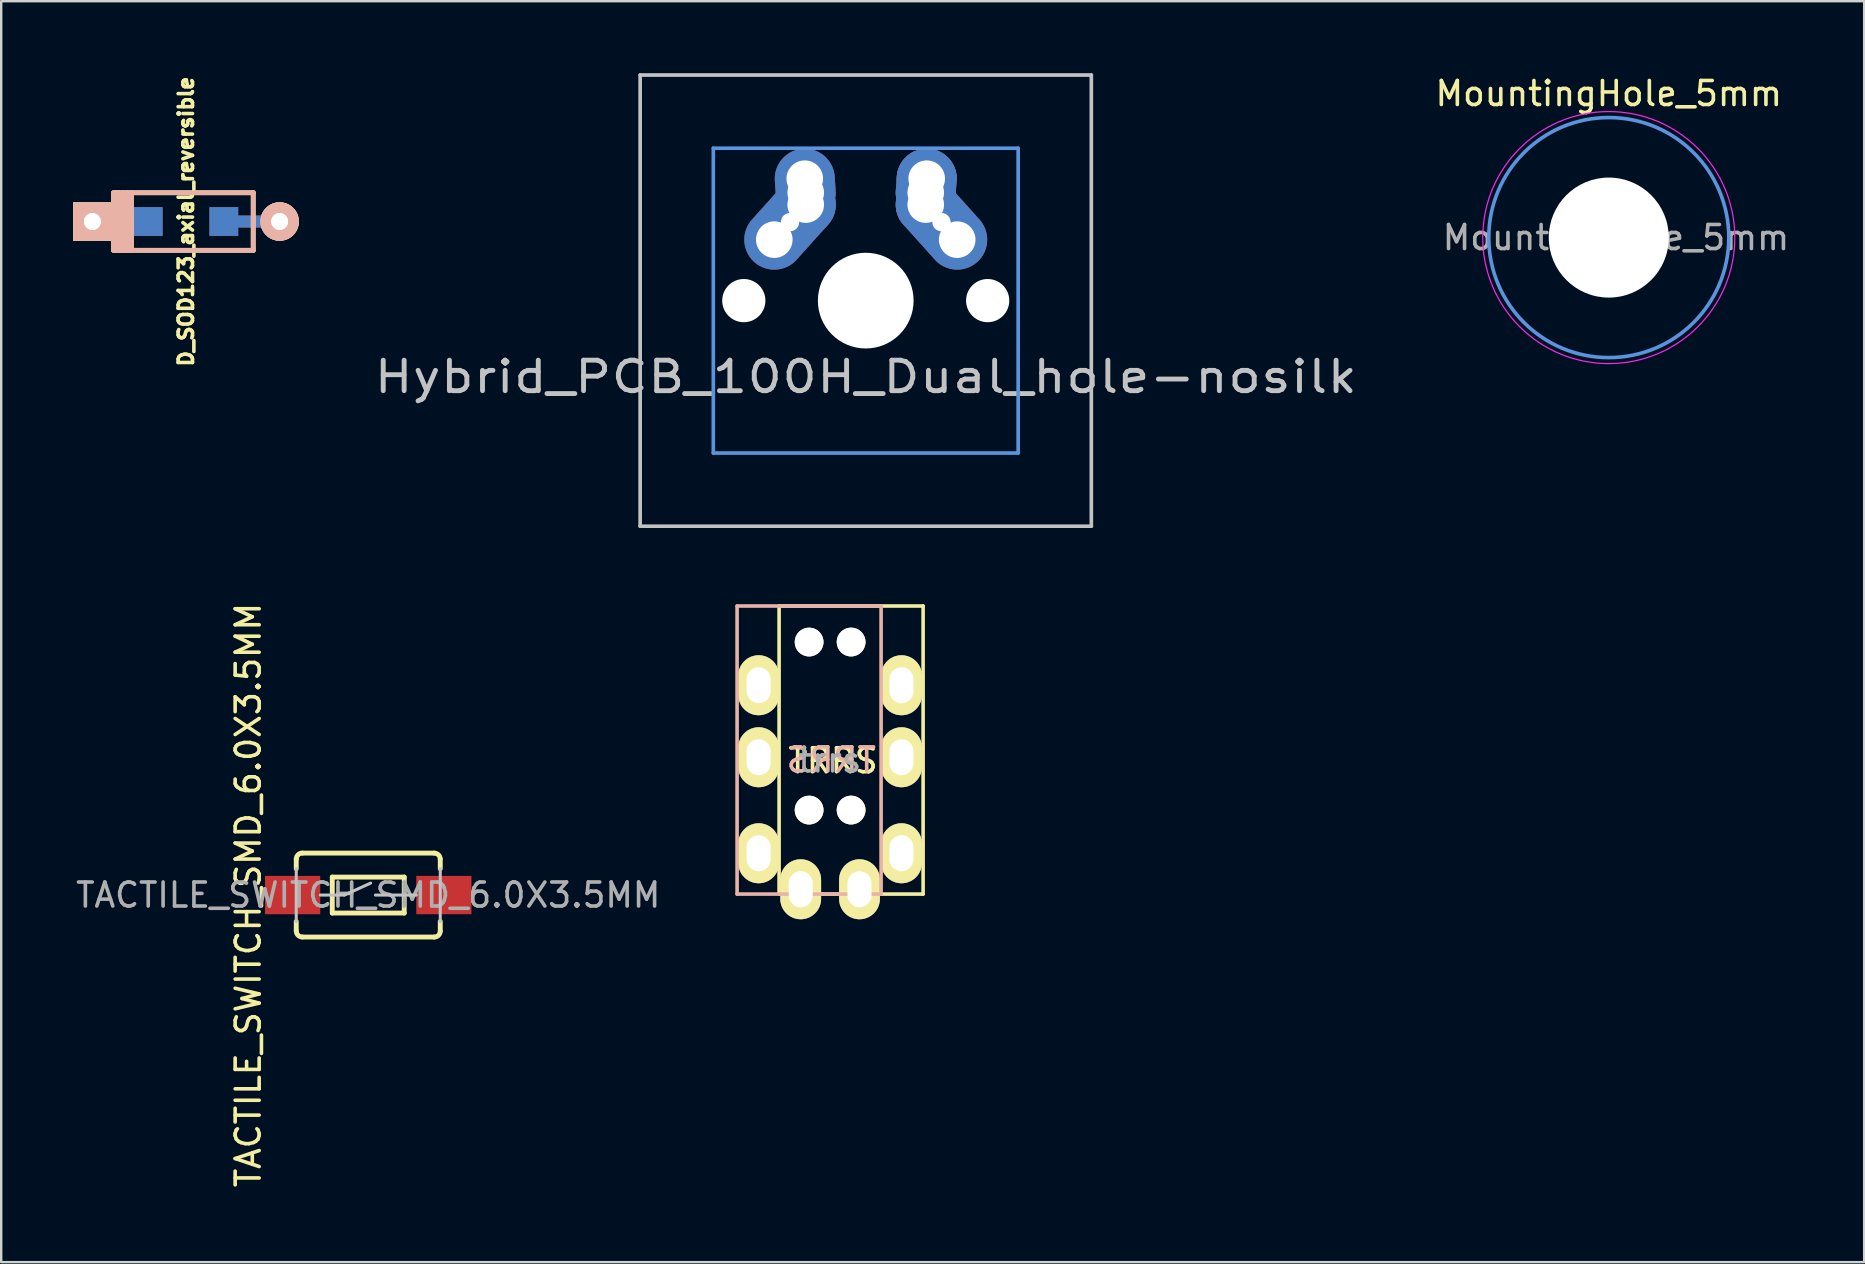
<source format=kicad_pcb>
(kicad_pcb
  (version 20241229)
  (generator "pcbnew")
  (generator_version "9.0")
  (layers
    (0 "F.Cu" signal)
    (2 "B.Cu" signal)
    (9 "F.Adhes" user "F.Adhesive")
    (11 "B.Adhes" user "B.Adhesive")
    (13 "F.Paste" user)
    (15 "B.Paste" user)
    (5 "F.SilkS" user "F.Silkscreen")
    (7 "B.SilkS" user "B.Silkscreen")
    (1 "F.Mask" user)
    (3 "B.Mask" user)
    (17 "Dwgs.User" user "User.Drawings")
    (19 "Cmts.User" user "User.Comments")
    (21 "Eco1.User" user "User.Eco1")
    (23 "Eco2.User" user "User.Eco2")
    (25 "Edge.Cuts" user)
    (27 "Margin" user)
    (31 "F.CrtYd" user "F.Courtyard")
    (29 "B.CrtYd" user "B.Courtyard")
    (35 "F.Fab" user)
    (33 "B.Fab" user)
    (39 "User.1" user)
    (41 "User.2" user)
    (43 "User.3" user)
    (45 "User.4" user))
  (footprint "TACTILE_SWITCH_SMD_6.0X3.5MM"
    (layer "F.Cu")
    (at 12.292 34.24)
    (property "Reference" "TACTILE_SWITCH_SMD_6.0X3.5MM" (at -5 0 90) (layer "F.SilkS") (effects (font (size 1 1) (thickness 0.15))))
    (attr smd)
    (fp_line (start -3 -1.1) (end -3 -1.499) (stroke (width 0.203) (type solid)) (layer "F.SilkS"))
    (fp_line (start -3 1.499) (end -3 1.1) (stroke (width 0.203) (type solid)) (layer "F.SilkS"))
    (fp_line (start -2.748 -1.748) (end 2.748 -1.748) (stroke (width 0.203) (type solid)) (layer "F.SilkS"))
    (fp_line (start -1.499 -0.749) (end 1.499 -0.749) (stroke (width 0.203) (type solid)) (layer "F.SilkS"))
    (fp_line (start -1.499 0.749) (end -1.499 -0.749) (stroke (width 0.203) (type solid)) (layer "F.SilkS"))
    (fp_line (start 1.499 0.749) (end -1.499 0.749) (stroke (width 0.203) (type solid)) (layer "F.SilkS"))
    (fp_line (start 1.499 0.749) (end 1.499 -0.749) (stroke (width 0.203) (type solid)) (layer "F.SilkS"))
    (fp_line (start 2.748 1.748) (end -2.748 1.748) (stroke (width 0.203) (type solid)) (layer "F.SilkS"))
    (fp_line (start 3 -1.1) (end 3 -1.499) (stroke (width 0.203) (type solid)) (layer "F.SilkS"))
    (fp_line (start 3 1.499) (end 3 1.1) (stroke (width 0.203) (type solid)) (layer "F.SilkS"))
    (fp_arc (start -2.99974 -1.4986) (mid -2.926089 -1.676409) (end -2.74828 -1.75006) (stroke (width 0.2032) (type solid)) (layer "F.SilkS"))
    (fp_arc (start -2.74828 1.74752) (mid -2.924293 1.674613) (end -2.9972 1.4986) (stroke (width 0.2032) (type solid)) (layer "F.SilkS"))
    (fp_arc (start 2.74828 -1.74752) (mid 2.924293 -1.674613) (end 2.9972 -1.4986) (stroke (width 0.2032) (type solid)) (layer "F.SilkS"))
    (fp_arc (start 2.99974 1.4986) (mid 2.926089 1.676409) (end 2.74828 1.75006) (stroke (width 0.2032) (type solid)) (layer "F.SilkS"))
    (fp_line (start -3 -1.1) (end -3 1.1) (stroke (width 0.127) (type solid)) (layer "Dwgs.User"))
    (fp_line (start -1.999 0) (end -0.998 0) (stroke (width 0.127) (type solid)) (layer "Dwgs.User"))
    (fp_line (start -0.998 0) (end 0.099 -0.498) (stroke (width 0.127) (type solid)) (layer "Dwgs.User"))
    (fp_line (start 0.3 0) (end 1.999 0) (stroke (width 0.127) (type solid)) (layer "Dwgs.User"))
    (fp_line (start 3 -1.1) (end 3 1.1) (stroke (width 0.127) (type solid)) (layer "Dwgs.User"))
    (fp_text user "${REFERENCE}" (at 0 0 180) (layer "F.Fab") (effects (font (size 1 1) (thickness 0.15))))
    (pad "1" smd rect (at -3.15 0 180) (size 2.299 1.598) (layers "F.Cu" "F.Mask" "F.Paste"))
    (pad "2" smd rect (at 3.15 0 180) (size 2.299 1.598) (layers "F.Cu" "F.Mask" "F.Paste")))
  (footprint "D_SOD123_axial_reversible"
    (layer "F.Cu")
    (at 4.7 6.179)
    (property "Reference" "D_SOD123_axial_reversible" (at 0 0 90) (layer "F.SilkS") (effects (font (size 0.6 0.6) (thickness 0.15))))
    (attr smd)
    (fp_line (start -3.025 1.2) (end -3.025 -1.2) (stroke (width 0.2) (type solid)) (layer "F.SilkS"))
    (fp_line (start -3 -1.2) (end 2.8 -1.2) (stroke (width 0.2) (type solid)) (layer "F.SilkS"))
    (fp_line (start -2.925 -1.2) (end -2.925 1.2) (stroke (width 0.2) (type solid)) (layer "F.SilkS"))
    (fp_line (start -2.8 -1.2) (end -2.8 1.2) (stroke (width 0.2) (type solid)) (layer "F.SilkS"))
    (fp_line (start -2.625 -1.2) (end -2.625 1.2) (stroke (width 0.2) (type solid)) (layer "F.SilkS"))
    (fp_line (start -2.45 -1.2) (end -2.45 1.2) (stroke (width 0.2) (type solid)) (layer "F.SilkS"))
    (fp_line (start -2.275 -1.2) (end -2.275 1.2) (stroke (width 0.2) (type solid)) (layer "F.SilkS"))
    (fp_line (start 2.8 -1.2) (end 2.8 1.2) (stroke (width 0.2) (type solid)) (layer "F.SilkS"))
    (fp_line (start 2.8 1.2) (end -3 1.2) (stroke (width 0.2) (type solid)) (layer "F.SilkS"))
    (fp_line (start -3.025 -1.2) (end -3.025 1.2) (stroke (width 0.2) (type solid)) (layer "B.SilkS"))
    (fp_line (start -3 1.2) (end 2.8 1.2) (stroke (width 0.2) (type solid)) (layer "B.SilkS"))
    (fp_line (start -2.925 1.2) (end -2.925 -1.2) (stroke (width 0.2) (type solid)) (layer "B.SilkS"))
    (fp_line (start -2.8 1.2) (end -2.8 -1.2) (stroke (width 0.2) (type solid)) (layer "B.SilkS"))
    (fp_line (start -2.625 1.2) (end -2.625 -1.2) (stroke (width 0.2) (type solid)) (layer "B.SilkS"))
    (fp_line (start -2.45 1.2) (end -2.45 -1.2) (stroke (width 0.2) (type solid)) (layer "B.SilkS"))
    (fp_line (start -2.275 1.2) (end -2.275 -1.2) (stroke (width 0.2) (type solid)) (layer "B.SilkS"))
    (fp_line (start 2.8 -1.2) (end -3 -1.2) (stroke (width 0.2) (type solid)) (layer "B.SilkS"))
    (fp_line (start 2.8 1.2) (end 2.8 -1.2) (stroke (width 0.2) (type solid)) (layer "B.SilkS"))
    (pad "1" thru_hole rect (at -3.9 0) (size 1.6 1.6) (drill 0.7) (layers "*.Cu" "*.Mask" "F.SilkS"))
    (pad "1" thru_hole rect (at -3.9 0) (size 1.6 1.6) (drill 0.7) (layers "*.Cu" "*.Mask" "B.SilkS"))
    (pad "1" smd rect (at -2.7 0) (size 2.5 0.5) (layers "F.Cu"))
    (pad "1" smd rect (at -2.7 0) (size 2.5 0.5) (layers "B.Cu"))
    (pad "1" smd rect (at -1.575 0) (size 1.2 1.2) (layers "F.Cu" "F.Mask" "F.Paste"))
    (pad "1" smd rect (at -1.575 0) (size 1.2 1.2) (layers "B.Cu" "B.Mask" "B.Paste"))
    (pad "2" smd rect (at 1.575 0) (size 1.2 1.2) (layers "F.Cu" "F.Mask" "F.Paste"))
    (pad "2" smd rect (at 1.575 0) (size 1.2 1.2) (layers "B.Cu" "B.Mask" "B.Paste"))
    (pad "2" smd rect (at 2.7 0) (size 2.5 0.5) (layers "F.Cu"))
    (pad "2" smd rect (at 2.7 0) (size 2.5 0.5) (layers "B.Cu"))
    (pad "2" thru_hole circle (at 3.9 0) (size 1.6 1.6) (drill 0.7) (layers "*.Cu" "*.Mask" "F.SilkS"))
    (pad "2" thru_hole circle (at 3.9 0) (size 1.6 1.6) (drill 0.7) (layers "*.Cu" "*.Mask" "B.SilkS")))
  (footprint "Hybrid_PCB_100H_Dual_hole-nosilk"
    (layer "F.Cu")
    (at 33.018 9.474)
    (property "Reference" "Hybrid_PCB_100H_Dual_hole-nosilk" (at 0 3.175 180) (layer "Dwgs.User") (effects (font (size 1.27 1.524) (thickness 0.203))))
    (attr through_hole)
    (fp_line (start -9.398 9.398) (end -9.398 -9.398) (stroke (width 0.152) (type solid)) (layer "Dwgs.User"))
    (fp_line (start 9.398 -9.398) (end -9.398 -9.398) (stroke (width 0.152) (type solid)) (layer "Dwgs.User"))
    (fp_line (start 9.398 -9.398) (end 9.398 9.398) (stroke (width 0.152) (type solid)) (layer "Dwgs.User"))
    (fp_line (start 9.398 9.398) (end -9.398 9.398) (stroke (width 0.152) (type solid)) (layer "Dwgs.User"))
    (fp_line (start -6.35 -6.35) (end -6.35 6.35) (stroke (width 0.152) (type solid)) (layer "Cmts.User"))
    (fp_line (start -6.35 6.35) (end 6.35 6.35) (stroke (width 0.152) (type solid)) (layer "Cmts.User"))
    (fp_line (start 6.35 -6.35) (end -6.35 -6.35) (stroke (width 0.152) (type solid)) (layer "Cmts.User"))
    (fp_line (start 6.35 6.35) (end 6.35 -6.35) (stroke (width 0.152) (type solid)) (layer "Cmts.User"))
    (fp_line (start -6.985 -6.985) (end -6.985 6.985) (stroke (width 0.152) (type solid)) (layer "Eco2.User"))
    (fp_line (start -6.985 6.985) (end 6.985 6.985) (stroke (width 0.152) (type solid)) (layer "Eco2.User"))
    (fp_line (start 6.985 -6.985) (end -6.985 -6.985) (stroke (width 0.152) (type solid)) (layer "Eco2.User"))
    (fp_line (start 6.985 6.985) (end 6.985 -6.985) (stroke (width 0.152) (type solid)) (layer "Eco2.User"))
    (pad "" np_thru_hole circle (at -5.08 0) (size 1.8 1.8) (drill 1.8) (layers "*.Cu" "*.Mask"))
    (pad "" np_thru_hole circle (at 0 0) (size 3.988 3.988) (drill 3.988) (layers "*.Cu" "*.Mask"))
    (pad "" np_thru_hole circle (at 5.08 0) (size 1.8 1.8) (drill 1.8) (layers "*.Cu" "*.Mask"))
    (pad "1" thru_hole circle (at 2.5 -4.5 29.1) (size 2.5 2.5) (drill 1.524) (layers "*.Cu" "F.Mask"))
    (pad "1" thru_hole circle (at 2.5 -4 29.1) (size 2.5 2.5) (drill 1.524) (layers "*.Cu" "*.Mask"))
    (pad "1" thru_hole oval (at 2.52 -4.79 356.1) (size 2.5 3.081) (drill 0.762) (layers "*.Cu" "F.Mask"))
    (pad "1" thru_hole circle (at 2.54 -5.08 29.1) (size 2.5 2.5) (drill 1.524) (layers "*.Cu" "F.Mask"))
    (pad "1" thru_hole oval (at 3.155 -3.27 221.9) (size 2.5 4.462) (drill 0.762) (layers "*.Cu" "B.Mask"))
    (pad "1" thru_hole circle (at 3.81 -2.54 29.1) (size 2 2) (drill 1.524) (layers "*.Cu" "B.Mask"))
    (pad "2" thru_hole circle (at -3.81 -2.54 29.1) (size 2 2) (drill 1.524) (layers "*.Cu" "F.Mask"))
    (pad "2" thru_hole oval (at -3.155 -3.27 138.1) (size 2.5 4.462) (drill 0.762) (layers "*.Cu" "F.Mask"))
    (pad "2" thru_hole circle (at -2.54 -5.08 29.1) (size 2 2) (drill 1.524) (layers "*.Cu" "B.Mask"))
    (pad "2" thru_hole oval (at -2.52 -4.79 3.9) (size 2.5 3.081) (drill 0.762) (layers "*.Cu" "B.Mask"))
    (pad "2" thru_hole circle (at -2.5 -4.5 29.1) (size 2 2) (drill 1.524) (layers "*.Cu" "B.Mask"))
    (pad "2" thru_hole circle (at -2.5 -4) (size 2.5 2.5) (drill 1.524) (layers "*.Cu" "*.Mask")))
  (footprint "MountingHole_5mm"
    (layer "F.Cu")
    (at 63.974 6.848)
    (property "Reference" "MountingHole_5mm" (at 0 -6 0) (layer "F.SilkS") (effects (font (size 1 1) (thickness 0.15))))
    (attr exclude_from_pos_files exclude_from_bom)
    (fp_circle (center 0 0) (end 5 0) (stroke (width 0.15) (type solid)) (fill no) (layer "Cmts.User"))
    (fp_circle (center 0 0) (end 5.25 0) (stroke (width 0.05) (type solid)) (fill no) (layer "F.CrtYd"))
    (fp_text user "${REFERENCE}" (at 0.3 0 0) (layer "F.Fab") (effects (font (size 1 1) (thickness 0.15))))
    (pad "" np_thru_hole circle (at 0 0) (size 5 5) (drill 5) (layers "*.Cu" "*.Mask")))
  (footprint "trrs"
    (layer "F.Cu")
    (at 32.408 22.198)
    (property "Reference" "trrs" (at -0.889 6.413 180) (layer "F.Fab") (effects (font (size 1 1) (thickness 0.15))))
    (attr through_hole)
    (fp_line (start -3 0) (end 3 0) (stroke (width 0.15) (type solid)) (layer "F.SilkS"))
    (fp_line (start -3 12) (end -3 0) (stroke (width 0.15) (type solid)) (layer "F.SilkS"))
    (fp_line (start 3 0) (end 3 12) (stroke (width 0.15) (type solid)) (layer "F.SilkS"))
    (fp_line (start 3 12) (end -3 12) (stroke (width 0.15) (type solid)) (layer "F.SilkS"))
    (fp_line (start -4.75 0) (end 1.25 0) (stroke (width 0.15) (type solid)) (layer "B.SilkS"))
    (fp_line (start -4.75 12) (end -4.75 0) (stroke (width 0.15) (type solid)) (layer "B.SilkS"))
    (fp_line (start 1.25 0) (end 1.25 12) (stroke (width 0.15) (type solid)) (layer "B.SilkS"))
    (fp_line (start 1.25 12) (end -4.75 12) (stroke (width 0.15) (type solid)) (layer "B.SilkS"))
    (fp_text user "TRRS" (at -0.75 6.45 180) (layer "F.SilkS") (effects (font (size 1 1) (thickness 0.15))))
    (fp_text user "TRRS" (at -0.826 6.413 180) (layer "B.SilkS") (effects (font (size 1 1) (thickness 0.15)) (justify mirror)))
    (pad "" np_thru_hole circle (at -1.75 1.5) (size 1.2 1.2) (drill 1.2) (layers "*.Cu" "*.Mask" "F.SilkS"))
    (pad "" np_thru_hole circle (at -1.75 8.5) (size 1.2 1.2) (drill 1.2) (layers "*.Cu" "*.Mask" "F.SilkS"))
    (pad "" np_thru_hole circle (at 0 1.5) (size 1.2 1.2) (drill 1.2) (layers "*.Cu" "*.Mask" "F.SilkS"))
    (pad "" np_thru_hole circle (at 0 8.5) (size 1.2 1.2) (drill 1.2) (layers "*.Cu" "*.Mask" "F.SilkS"))
    (pad "A" thru_hole oval (at -2.1 11.8) (size 1.7 2.5) (drill oval 1 1.5) (layers "*.Cu" "*.Mask" "F.SilkS"))
    (pad "A" thru_hole oval (at 0.35 11.8) (size 1.7 2.5) (drill oval 1 1.5) (layers "*.Cu" "*.Mask" "F.SilkS"))
    (pad "B" thru_hole oval (at -3.85 3.3) (size 1.7 2.5) (drill oval 1 1.5) (layers "*.Cu" "*.Mask" "F.SilkS"))
    (pad "B" thru_hole oval (at 2.1 3.3) (size 1.7 2.5) (drill oval 1 1.5) (layers "*.Cu" "*.Mask" "F.SilkS"))
    (pad "C" thru_hole oval (at -3.85 6.3) (size 1.7 2.5) (drill oval 1 1.5) (layers "*.Cu" "*.Mask" "F.SilkS"))
    (pad "C" thru_hole oval (at 2.1 6.3) (size 1.7 2.5) (drill oval 1 1.5) (layers "*.Cu" "*.Mask" "F.SilkS"))
    (pad "D" thru_hole oval (at -3.85 10.3) (size 1.7 2.5) (drill oval 1 1.5) (layers "*.Cu" "*.Mask" "F.SilkS"))
    (pad "D" thru_hole oval (at 2.1 10.3) (size 1.7 2.5) (drill oval 1 1.5) (layers "*.Cu" "*.Mask" "F.SilkS")))
  (gr_rect
    (start -3 -3)
    (end 74.614 49.532)
    (stroke (width 0.1) (type default))
    (fill no)
    (layer "Edge.Cuts")))
</source>
